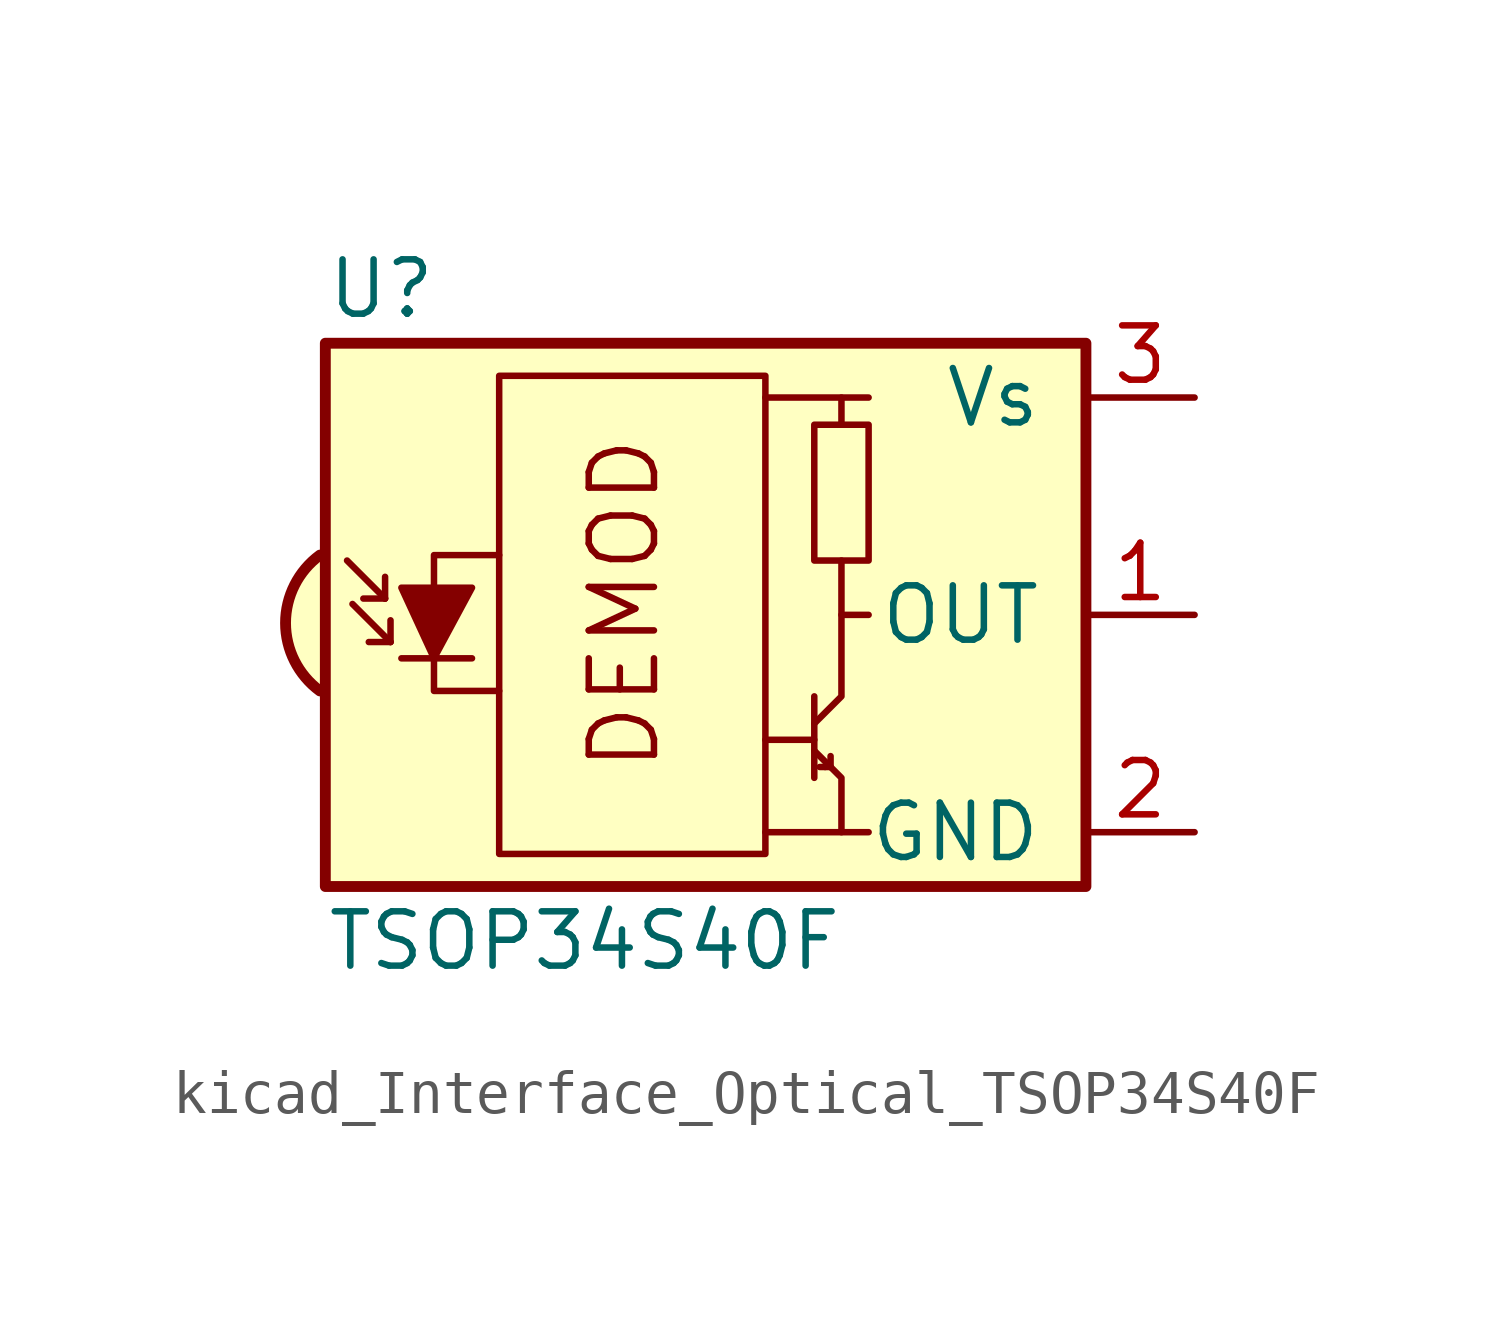
<source format=kicad_sym>
(kicad_symbol_lib
  (version 20220914)
  (generator kicad_symbol_editor)
  (symbol "kicad_Interface_Optical_TSOP34S40F"
    (pin_names
      (offset 1.016))
    (property "Reference" "U"
      (at -10.16 7.62 0)
      (effects (font (size 1.27 1.27)) (justify left)))
    (property "Value" "TSOP34S40F"
      (at -10.16 -7.62 0)
      (effects (font (size 1.27 1.27)) (justify left)))
    (symbol "kicad_Interface_Optical_TSOP34S40F_0_0"
      (arc (start -10.287 1.397) (mid -11.0899 -0.1852) (end -10.287 -1.778) (stroke (width 0.254) (type default)) (fill (type background)))
      (polyline (pts (xy 1.905 -5.08) (xy 0.127 -5.08)) (stroke (width 0) (type default)) (fill (type none)))
      (polyline (pts (xy 1.905 5.08) (xy 0.127 5.08)) (stroke (width 0) (type default)) (fill (type none)))
      (text "DEMOD" (at -3.175 0.254 900) (effects (font (size 1.524 1.524)))))
    (symbol "kicad_Interface_Optical_TSOP34S40F_0_1"
      (rectangle (start -6.096 5.588) (end 0.127 -5.588) (stroke (width 0) (type default)) (fill (type none)))
      (polyline (pts (xy -8.763 0.381) (xy -9.652 1.27)) (stroke (width 0) (type default)) (fill (type none)))
      (polyline (pts (xy -8.763 0.381) (xy -9.271 0.381)) (stroke (width 0) (type default)) (fill (type none)))
      (polyline (pts (xy -8.763 0.381) (xy -8.763 0.889)) (stroke (width 0) (type default)) (fill (type none)))
      (polyline (pts (xy -8.636 -0.635) (xy -9.525 0.254)) (stroke (width 0) (type default)) (fill (type none)))
      (polyline (pts (xy -8.636 -0.635) (xy -9.144 -0.635)) (stroke (width 0) (type default)) (fill (type none)))
      (polyline (pts (xy -8.636 -0.635) (xy -8.636 -0.127)) (stroke (width 0) (type default)) (fill (type none)))
      (polyline (pts (xy -8.382 -1.016) (xy -6.731 -1.016)) (stroke (width 0) (type default)) (fill (type none)))
      (polyline (pts (xy 1.27 -2.921) (xy 0.127 -2.921)) (stroke (width 0) (type default)) (fill (type none)))
      (polyline (pts (xy 1.27 -1.905) (xy 1.27 -3.81)) (stroke (width 0) (type default)) (fill (type none)))
      (polyline (pts (xy 1.397 -3.556) (xy 1.524 -3.556)) (stroke (width 0) (type default)) (fill (type none)))
      (polyline (pts (xy 1.651 -3.556) (xy 1.524 -3.556)) (stroke (width 0) (type default)) (fill (type none)))
      (polyline (pts (xy 1.651 -3.556) (xy 1.651 -3.302)) (stroke (width 0) (type default)) (fill (type none)))
      (polyline (pts (xy 1.905 0) (xy 1.905 1.27)) (stroke (width 0) (type default)) (fill (type none)))
      (polyline (pts (xy 1.905 4.445) (xy 1.905 5.08) (xy 2.54 5.08)) (stroke (width 0) (type default)) (fill (type none)))
      (polyline (pts (xy -8.382 0.635) (xy -6.731 0.635) (xy -7.62 -1.016) (xy -8.382 0.635)) (stroke (width 0) (type default)) (fill (type outline)))
      (polyline (pts (xy -6.096 1.397) (xy -7.62 1.397) (xy -7.62 -1.778) (xy -6.096 -1.778)) (stroke (width 0) (type default)) (fill (type none)))
      (polyline (pts (xy 1.27 -3.175) (xy 1.905 -3.81) (xy 1.905 -5.08) (xy 2.54 -5.08)) (stroke (width 0) (type default)) (fill (type none)))
      (polyline (pts (xy 1.27 -2.54) (xy 1.905 -1.905) (xy 1.905 0) (xy 2.54 0)) (stroke (width 0) (type default)) (fill (type none)))
      (rectangle (start 2.54 1.27) (end 1.27 4.445) (stroke (width 0) (type default)) (fill (type none)))
      (rectangle (start 7.62 6.35) (end -10.16 -6.35) (stroke (width 0.254) (type default)) (fill (type background))))
    (symbol "kicad_Interface_Optical_TSOP34S40F_1_1"
      (pin output line (at 10.16 0 180) (length 2.54) (name "OUT" (effects (font (size 1.27 1.27)))) (number "1" (effects (font (size 1.27 1.27)))))
      (pin power_in line (at 10.16 -5.08 180) (length 2.54) (name "GND" (effects (font (size 1.27 1.27)))) (number "2" (effects (font (size 1.27 1.27)))))
      (pin power_in line (at 10.16 5.08 180) (length 2.54) (name "Vs" (effects (font (size 1.27 1.27)))) (number "3" (effects (font (size 1.27 1.27))))))))
</source>
